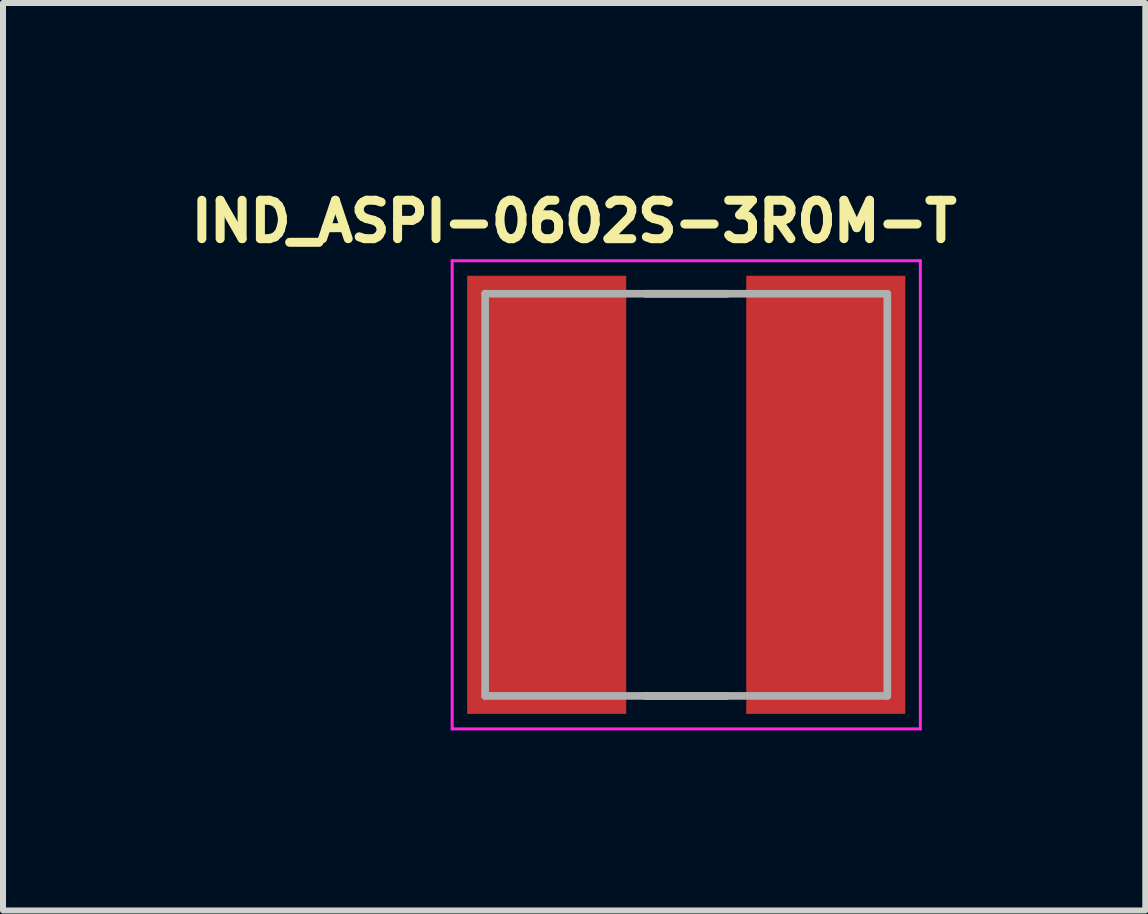
<source format=kicad_pcb>
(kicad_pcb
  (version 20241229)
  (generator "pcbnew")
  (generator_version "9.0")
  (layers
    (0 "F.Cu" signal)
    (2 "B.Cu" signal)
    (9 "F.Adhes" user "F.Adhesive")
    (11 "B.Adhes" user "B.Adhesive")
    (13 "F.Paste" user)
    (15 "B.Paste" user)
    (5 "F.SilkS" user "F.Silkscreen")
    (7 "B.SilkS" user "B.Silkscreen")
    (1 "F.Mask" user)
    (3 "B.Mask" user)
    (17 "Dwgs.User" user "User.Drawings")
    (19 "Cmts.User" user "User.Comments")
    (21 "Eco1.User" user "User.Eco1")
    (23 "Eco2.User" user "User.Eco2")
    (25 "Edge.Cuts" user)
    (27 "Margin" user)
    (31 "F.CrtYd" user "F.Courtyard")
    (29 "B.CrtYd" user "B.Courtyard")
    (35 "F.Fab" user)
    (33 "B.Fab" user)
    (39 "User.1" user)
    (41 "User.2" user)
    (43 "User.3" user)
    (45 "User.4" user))
  (footprint "IND_ASPI-0602S-3R0M-T"
    (layer "F.Cu")
    (at 8.383 5.194)
    (property "Reference" "IND_ASPI-0602S-3R0M-T" (at -1.868 -4.556 0) (layer "F.SilkS") (effects (font (size 0.64 0.64) (thickness 0.15))))
    (attr smd)
    (fp_line (start -0.68 -3.35) (end 0.68 -3.35) (stroke (width 0.127) (type solid)) (layer "F.SilkS"))
    (fp_line (start -0.68 3.35) (end 0.68 3.35) (stroke (width 0.127) (type solid)) (layer "F.SilkS"))
    (fp_line (start -3.9 -3.9) (end -3.9 3.9) (stroke (width 0.05) (type solid)) (layer "F.CrtYd"))
    (fp_line (start -3.9 3.9) (end 3.9 3.9) (stroke (width 0.05) (type solid)) (layer "F.CrtYd"))
    (fp_line (start 3.9 -3.9) (end -3.9 -3.9) (stroke (width 0.05) (type solid)) (layer "F.CrtYd"))
    (fp_line (start 3.9 3.9) (end 3.9 -3.9) (stroke (width 0.05) (type solid)) (layer "F.CrtYd"))
    (fp_line (start -3.35 -3.35) (end -3.35 3.35) (stroke (width 0.127) (type solid)) (layer "F.Fab"))
    (fp_line (start -3.35 -3.35) (end 3.35 -3.35) (stroke (width 0.127) (type solid)) (layer "F.Fab"))
    (fp_line (start -3.35 3.35) (end 3.35 3.35) (stroke (width 0.127) (type solid)) (layer "F.Fab"))
    (fp_line (start 3.35 -3.35) (end 3.35 3.35) (stroke (width 0.127) (type solid)) (layer "F.Fab"))
    (pad "1" smd rect (at -2.325 0) (size 2.65 7.3) (layers "F.Cu" "F.Mask" "F.Paste"))
    (pad "2" smd rect (at 2.325 0) (size 2.65 7.3) (layers "F.Cu" "F.Mask" "F.Paste")))
  (gr_rect
    (start -3 -3)
    (end 16.031 12.119)
    (stroke (width 0.1) (type default))
    (fill no)
    (layer "Edge.Cuts")))
</source>
